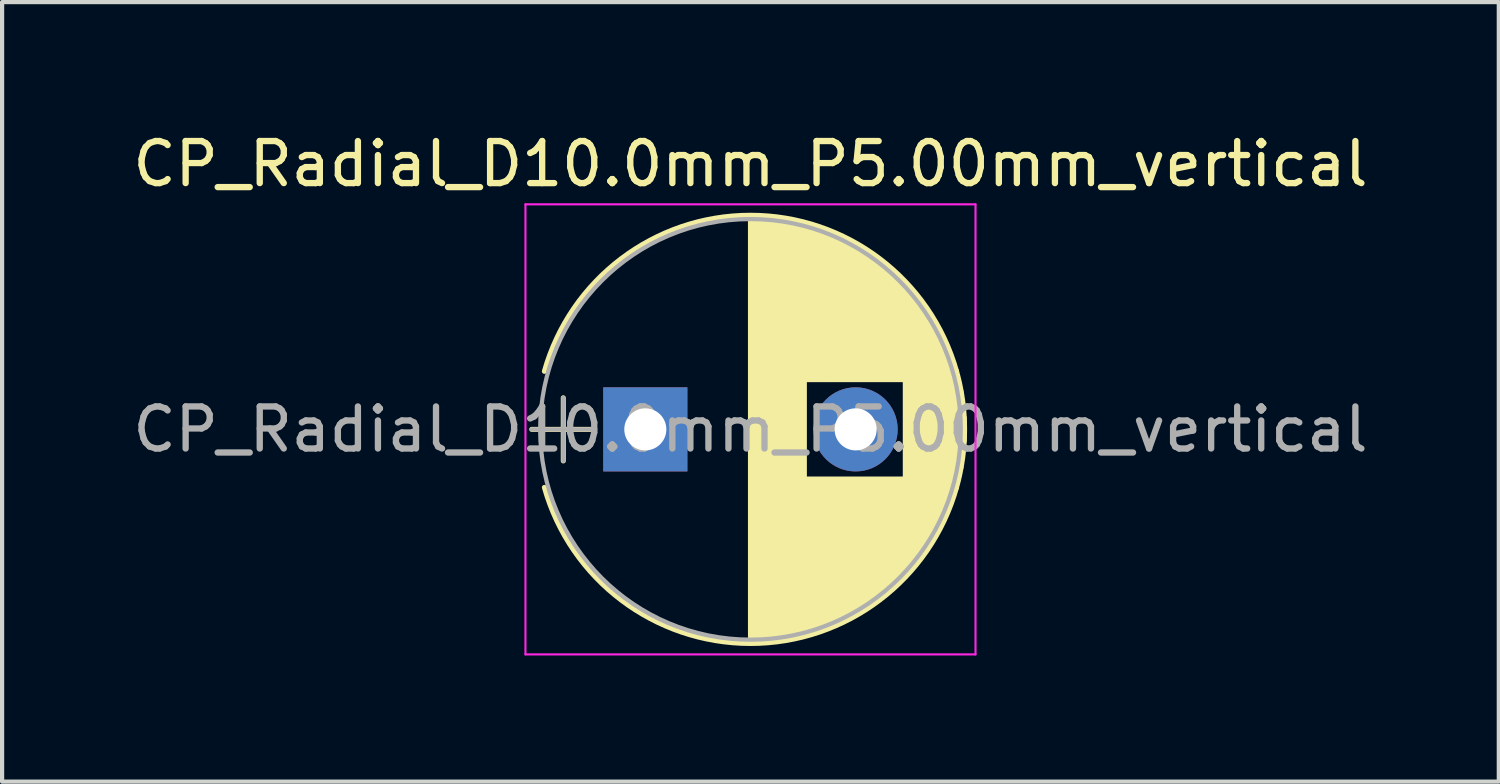
<source format=kicad_pcb>
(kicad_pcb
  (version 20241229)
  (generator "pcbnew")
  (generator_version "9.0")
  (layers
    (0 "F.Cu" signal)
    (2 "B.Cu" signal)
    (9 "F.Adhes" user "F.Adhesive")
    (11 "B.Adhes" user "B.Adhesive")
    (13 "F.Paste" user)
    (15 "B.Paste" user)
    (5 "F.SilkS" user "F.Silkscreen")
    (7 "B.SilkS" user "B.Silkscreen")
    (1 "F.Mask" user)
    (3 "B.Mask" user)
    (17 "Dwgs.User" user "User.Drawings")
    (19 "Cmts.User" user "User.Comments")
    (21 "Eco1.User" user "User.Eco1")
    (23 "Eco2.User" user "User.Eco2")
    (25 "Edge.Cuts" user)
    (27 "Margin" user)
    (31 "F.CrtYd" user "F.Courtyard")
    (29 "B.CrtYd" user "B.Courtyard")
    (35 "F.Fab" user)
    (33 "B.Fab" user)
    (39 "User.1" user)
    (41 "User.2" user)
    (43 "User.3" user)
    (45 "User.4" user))
  (footprint "CP_Radial_D10.0mm_P5.00mm_vertical"
    (layer "F.Cu")
    (at 12.292 7.158)
    (property "Reference" "CP_Radial_D10.0mm_P5.00mm_vertical" (at 2.5 -6.31 0) (layer "F.SilkS") (effects (font (size 1 1) (thickness 0.15))))
    (attr through_hole)
    (fp_line (start -2.7 0) (end -1.2 0) (stroke (width 0.12) (type solid)) (layer "F.SilkS"))
    (fp_line (start -1.95 -0.75) (end -1.95 0.75) (stroke (width 0.12) (type solid)) (layer "F.SilkS"))
    (fp_line (start 2.5 -5.05) (end 2.5 5.05) (stroke (width 0.12) (type solid)) (layer "F.SilkS"))
    (fp_line (start 2.54 -5.05) (end 2.54 5.05) (stroke (width 0.12) (type solid)) (layer "F.SilkS"))
    (fp_line (start 2.58 -5.05) (end 2.58 5.05) (stroke (width 0.12) (type solid)) (layer "F.SilkS"))
    (fp_line (start 2.62 -5.049) (end 2.62 5.049) (stroke (width 0.12) (type solid)) (layer "F.SilkS"))
    (fp_line (start 2.66 -5.048) (end 2.66 5.048) (stroke (width 0.12) (type solid)) (layer "F.SilkS"))
    (fp_line (start 2.7 -5.047) (end 2.7 5.047) (stroke (width 0.12) (type solid)) (layer "F.SilkS"))
    (fp_line (start 2.74 -5.045) (end 2.74 5.045) (stroke (width 0.12) (type solid)) (layer "F.SilkS"))
    (fp_line (start 2.78 -5.043) (end 2.78 5.043) (stroke (width 0.12) (type solid)) (layer "F.SilkS"))
    (fp_line (start 2.82 -5.04) (end 2.82 5.04) (stroke (width 0.12) (type solid)) (layer "F.SilkS"))
    (fp_line (start 2.86 -5.038) (end 2.86 5.038) (stroke (width 0.12) (type solid)) (layer "F.SilkS"))
    (fp_line (start 2.9 -5.035) (end 2.9 5.035) (stroke (width 0.12) (type solid)) (layer "F.SilkS"))
    (fp_line (start 2.94 -5.031) (end 2.94 5.031) (stroke (width 0.12) (type solid)) (layer "F.SilkS"))
    (fp_line (start 2.98 -5.028) (end 2.98 5.028) (stroke (width 0.12) (type solid)) (layer "F.SilkS"))
    (fp_line (start 3.02 -5.024) (end 3.02 5.024) (stroke (width 0.12) (type solid)) (layer "F.SilkS"))
    (fp_line (start 3.06 -5.02) (end 3.06 5.02) (stroke (width 0.12) (type solid)) (layer "F.SilkS"))
    (fp_line (start 3.1 -5.015) (end 3.1 5.015) (stroke (width 0.12) (type solid)) (layer "F.SilkS"))
    (fp_line (start 3.14 -5.01) (end 3.14 5.01) (stroke (width 0.12) (type solid)) (layer "F.SilkS"))
    (fp_line (start 3.18 -5.005) (end 3.18 5.005) (stroke (width 0.12) (type solid)) (layer "F.SilkS"))
    (fp_line (start 3.221 -4.999) (end 3.221 4.999) (stroke (width 0.12) (type solid)) (layer "F.SilkS"))
    (fp_line (start 3.261 -4.993) (end 3.261 4.993) (stroke (width 0.12) (type solid)) (layer "F.SilkS"))
    (fp_line (start 3.301 -4.987) (end 3.301 4.987) (stroke (width 0.12) (type solid)) (layer "F.SilkS"))
    (fp_line (start 3.341 -4.981) (end 3.341 4.981) (stroke (width 0.12) (type solid)) (layer "F.SilkS"))
    (fp_line (start 3.381 -4.974) (end 3.381 4.974) (stroke (width 0.12) (type solid)) (layer "F.SilkS"))
    (fp_line (start 3.421 -4.967) (end 3.421 4.967) (stroke (width 0.12) (type solid)) (layer "F.SilkS"))
    (fp_line (start 3.461 -4.959) (end 3.461 4.959) (stroke (width 0.12) (type solid)) (layer "F.SilkS"))
    (fp_line (start 3.501 -4.951) (end 3.501 4.951) (stroke (width 0.12) (type solid)) (layer "F.SilkS"))
    (fp_line (start 3.541 -4.943) (end 3.541 4.943) (stroke (width 0.12) (type solid)) (layer "F.SilkS"))
    (fp_line (start 3.581 -4.935) (end 3.581 4.935) (stroke (width 0.12) (type solid)) (layer "F.SilkS"))
    (fp_line (start 3.621 -4.926) (end 3.621 4.926) (stroke (width 0.12) (type solid)) (layer "F.SilkS"))
    (fp_line (start 3.661 -4.917) (end 3.661 4.917) (stroke (width 0.12) (type solid)) (layer "F.SilkS"))
    (fp_line (start 3.701 -4.907) (end 3.701 4.907) (stroke (width 0.12) (type solid)) (layer "F.SilkS"))
    (fp_line (start 3.741 -4.897) (end 3.741 4.897) (stroke (width 0.12) (type solid)) (layer "F.SilkS"))
    (fp_line (start 3.781 -4.887) (end 3.781 4.887) (stroke (width 0.12) (type solid)) (layer "F.SilkS"))
    (fp_line (start 3.821 -4.876) (end 3.821 -1.181) (stroke (width 0.12) (type solid)) (layer "F.SilkS"))
    (fp_line (start 3.821 1.181) (end 3.821 4.876) (stroke (width 0.12) (type solid)) (layer "F.SilkS"))
    (fp_line (start 3.861 -4.865) (end 3.861 -1.181) (stroke (width 0.12) (type solid)) (layer "F.SilkS"))
    (fp_line (start 3.861 1.181) (end 3.861 4.865) (stroke (width 0.12) (type solid)) (layer "F.SilkS"))
    (fp_line (start 3.901 -4.854) (end 3.901 -1.181) (stroke (width 0.12) (type solid)) (layer "F.SilkS"))
    (fp_line (start 3.901 1.181) (end 3.901 4.854) (stroke (width 0.12) (type solid)) (layer "F.SilkS"))
    (fp_line (start 3.941 -4.843) (end 3.941 -1.181) (stroke (width 0.12) (type solid)) (layer "F.SilkS"))
    (fp_line (start 3.941 1.181) (end 3.941 4.843) (stroke (width 0.12) (type solid)) (layer "F.SilkS"))
    (fp_line (start 3.981 -4.831) (end 3.981 -1.181) (stroke (width 0.12) (type solid)) (layer "F.SilkS"))
    (fp_line (start 3.981 1.181) (end 3.981 4.831) (stroke (width 0.12) (type solid)) (layer "F.SilkS"))
    (fp_line (start 4.021 -4.818) (end 4.021 -1.181) (stroke (width 0.12) (type solid)) (layer "F.SilkS"))
    (fp_line (start 4.021 1.181) (end 4.021 4.818) (stroke (width 0.12) (type solid)) (layer "F.SilkS"))
    (fp_line (start 4.061 -4.806) (end 4.061 -1.181) (stroke (width 0.12) (type solid)) (layer "F.SilkS"))
    (fp_line (start 4.061 1.181) (end 4.061 4.806) (stroke (width 0.12) (type solid)) (layer "F.SilkS"))
    (fp_line (start 4.101 -4.792) (end 4.101 -1.181) (stroke (width 0.12) (type solid)) (layer "F.SilkS"))
    (fp_line (start 4.101 1.181) (end 4.101 4.792) (stroke (width 0.12) (type solid)) (layer "F.SilkS"))
    (fp_line (start 4.141 -4.779) (end 4.141 -1.181) (stroke (width 0.12) (type solid)) (layer "F.SilkS"))
    (fp_line (start 4.141 1.181) (end 4.141 4.779) (stroke (width 0.12) (type solid)) (layer "F.SilkS"))
    (fp_line (start 4.181 -4.765) (end 4.181 -1.181) (stroke (width 0.12) (type solid)) (layer "F.SilkS"))
    (fp_line (start 4.181 1.181) (end 4.181 4.765) (stroke (width 0.12) (type solid)) (layer "F.SilkS"))
    (fp_line (start 4.221 -4.751) (end 4.221 -1.181) (stroke (width 0.12) (type solid)) (layer "F.SilkS"))
    (fp_line (start 4.221 1.181) (end 4.221 4.751) (stroke (width 0.12) (type solid)) (layer "F.SilkS"))
    (fp_line (start 4.261 -4.737) (end 4.261 -1.181) (stroke (width 0.12) (type solid)) (layer "F.SilkS"))
    (fp_line (start 4.261 1.181) (end 4.261 4.737) (stroke (width 0.12) (type solid)) (layer "F.SilkS"))
    (fp_line (start 4.301 -4.722) (end 4.301 -1.181) (stroke (width 0.12) (type solid)) (layer "F.SilkS"))
    (fp_line (start 4.301 1.181) (end 4.301 4.722) (stroke (width 0.12) (type solid)) (layer "F.SilkS"))
    (fp_line (start 4.341 -4.706) (end 4.341 -1.181) (stroke (width 0.12) (type solid)) (layer "F.SilkS"))
    (fp_line (start 4.341 1.181) (end 4.341 4.706) (stroke (width 0.12) (type solid)) (layer "F.SilkS"))
    (fp_line (start 4.381 -4.691) (end 4.381 -1.181) (stroke (width 0.12) (type solid)) (layer "F.SilkS"))
    (fp_line (start 4.381 1.181) (end 4.381 4.691) (stroke (width 0.12) (type solid)) (layer "F.SilkS"))
    (fp_line (start 4.421 -4.674) (end 4.421 -1.181) (stroke (width 0.12) (type solid)) (layer "F.SilkS"))
    (fp_line (start 4.421 1.181) (end 4.421 4.674) (stroke (width 0.12) (type solid)) (layer "F.SilkS"))
    (fp_line (start 4.461 -4.658) (end 4.461 -1.181) (stroke (width 0.12) (type solid)) (layer "F.SilkS"))
    (fp_line (start 4.461 1.181) (end 4.461 4.658) (stroke (width 0.12) (type solid)) (layer "F.SilkS"))
    (fp_line (start 4.501 -4.641) (end 4.501 -1.181) (stroke (width 0.12) (type solid)) (layer "F.SilkS"))
    (fp_line (start 4.501 1.181) (end 4.501 4.641) (stroke (width 0.12) (type solid)) (layer "F.SilkS"))
    (fp_line (start 4.541 -4.624) (end 4.541 -1.181) (stroke (width 0.12) (type solid)) (layer "F.SilkS"))
    (fp_line (start 4.541 1.181) (end 4.541 4.624) (stroke (width 0.12) (type solid)) (layer "F.SilkS"))
    (fp_line (start 4.581 -4.606) (end 4.581 -1.181) (stroke (width 0.12) (type solid)) (layer "F.SilkS"))
    (fp_line (start 4.581 1.181) (end 4.581 4.606) (stroke (width 0.12) (type solid)) (layer "F.SilkS"))
    (fp_line (start 4.621 -4.588) (end 4.621 -1.181) (stroke (width 0.12) (type solid)) (layer "F.SilkS"))
    (fp_line (start 4.621 1.181) (end 4.621 4.588) (stroke (width 0.12) (type solid)) (layer "F.SilkS"))
    (fp_line (start 4.661 -4.569) (end 4.661 -1.181) (stroke (width 0.12) (type solid)) (layer "F.SilkS"))
    (fp_line (start 4.661 1.181) (end 4.661 4.569) (stroke (width 0.12) (type solid)) (layer "F.SilkS"))
    (fp_line (start 4.701 -4.55) (end 4.701 -1.181) (stroke (width 0.12) (type solid)) (layer "F.SilkS"))
    (fp_line (start 4.701 1.181) (end 4.701 4.55) (stroke (width 0.12) (type solid)) (layer "F.SilkS"))
    (fp_line (start 4.741 -4.531) (end 4.741 -1.181) (stroke (width 0.12) (type solid)) (layer "F.SilkS"))
    (fp_line (start 4.741 1.181) (end 4.741 4.531) (stroke (width 0.12) (type solid)) (layer "F.SilkS"))
    (fp_line (start 4.781 -4.511) (end 4.781 -1.181) (stroke (width 0.12) (type solid)) (layer "F.SilkS"))
    (fp_line (start 4.781 1.181) (end 4.781 4.511) (stroke (width 0.12) (type solid)) (layer "F.SilkS"))
    (fp_line (start 4.821 -4.491) (end 4.821 -1.181) (stroke (width 0.12) (type solid)) (layer "F.SilkS"))
    (fp_line (start 4.821 1.181) (end 4.821 4.491) (stroke (width 0.12) (type solid)) (layer "F.SilkS"))
    (fp_line (start 4.861 -4.47) (end 4.861 -1.181) (stroke (width 0.12) (type solid)) (layer "F.SilkS"))
    (fp_line (start 4.861 1.181) (end 4.861 4.47) (stroke (width 0.12) (type solid)) (layer "F.SilkS"))
    (fp_line (start 4.901 -4.449) (end 4.901 -1.181) (stroke (width 0.12) (type solid)) (layer "F.SilkS"))
    (fp_line (start 4.901 1.181) (end 4.901 4.449) (stroke (width 0.12) (type solid)) (layer "F.SilkS"))
    (fp_line (start 4.941 -4.428) (end 4.941 -1.181) (stroke (width 0.12) (type solid)) (layer "F.SilkS"))
    (fp_line (start 4.941 1.181) (end 4.941 4.428) (stroke (width 0.12) (type solid)) (layer "F.SilkS"))
    (fp_line (start 4.981 -4.405) (end 4.981 -1.181) (stroke (width 0.12) (type solid)) (layer "F.SilkS"))
    (fp_line (start 4.981 1.181) (end 4.981 4.405) (stroke (width 0.12) (type solid)) (layer "F.SilkS"))
    (fp_line (start 5.021 -4.383) (end 5.021 -1.181) (stroke (width 0.12) (type solid)) (layer "F.SilkS"))
    (fp_line (start 5.021 1.181) (end 5.021 4.383) (stroke (width 0.12) (type solid)) (layer "F.SilkS"))
    (fp_line (start 5.061 -4.36) (end 5.061 -1.181) (stroke (width 0.12) (type solid)) (layer "F.SilkS"))
    (fp_line (start 5.061 1.181) (end 5.061 4.36) (stroke (width 0.12) (type solid)) (layer "F.SilkS"))
    (fp_line (start 5.101 -4.336) (end 5.101 -1.181) (stroke (width 0.12) (type solid)) (layer "F.SilkS"))
    (fp_line (start 5.101 1.181) (end 5.101 4.336) (stroke (width 0.12) (type solid)) (layer "F.SilkS"))
    (fp_line (start 5.141 -4.312) (end 5.141 -1.181) (stroke (width 0.12) (type solid)) (layer "F.SilkS"))
    (fp_line (start 5.141 1.181) (end 5.141 4.312) (stroke (width 0.12) (type solid)) (layer "F.SilkS"))
    (fp_line (start 5.181 -4.288) (end 5.181 -1.181) (stroke (width 0.12) (type solid)) (layer "F.SilkS"))
    (fp_line (start 5.181 1.181) (end 5.181 4.288) (stroke (width 0.12) (type solid)) (layer "F.SilkS"))
    (fp_line (start 5.221 -4.263) (end 5.221 -1.181) (stroke (width 0.12) (type solid)) (layer "F.SilkS"))
    (fp_line (start 5.221 1.181) (end 5.221 4.263) (stroke (width 0.12) (type solid)) (layer "F.SilkS"))
    (fp_line (start 5.261 -4.237) (end 5.261 -1.181) (stroke (width 0.12) (type solid)) (layer "F.SilkS"))
    (fp_line (start 5.261 1.181) (end 5.261 4.237) (stroke (width 0.12) (type solid)) (layer "F.SilkS"))
    (fp_line (start 5.301 -4.211) (end 5.301 -1.181) (stroke (width 0.12) (type solid)) (layer "F.SilkS"))
    (fp_line (start 5.301 1.181) (end 5.301 4.211) (stroke (width 0.12) (type solid)) (layer "F.SilkS"))
    (fp_line (start 5.341 -4.185) (end 5.341 -1.181) (stroke (width 0.12) (type solid)) (layer "F.SilkS"))
    (fp_line (start 5.341 1.181) (end 5.341 4.185) (stroke (width 0.12) (type solid)) (layer "F.SilkS"))
    (fp_line (start 5.381 -4.157) (end 5.381 -1.181) (stroke (width 0.12) (type solid)) (layer "F.SilkS"))
    (fp_line (start 5.381 1.181) (end 5.381 4.157) (stroke (width 0.12) (type solid)) (layer "F.SilkS"))
    (fp_line (start 5.421 -4.13) (end 5.421 -1.181) (stroke (width 0.12) (type solid)) (layer "F.SilkS"))
    (fp_line (start 5.421 1.181) (end 5.421 4.13) (stroke (width 0.12) (type solid)) (layer "F.SilkS"))
    (fp_line (start 5.461 -4.101) (end 5.461 -1.181) (stroke (width 0.12) (type solid)) (layer "F.SilkS"))
    (fp_line (start 5.461 1.181) (end 5.461 4.101) (stroke (width 0.12) (type solid)) (layer "F.SilkS"))
    (fp_line (start 5.501 -4.072) (end 5.501 -1.181) (stroke (width 0.12) (type solid)) (layer "F.SilkS"))
    (fp_line (start 5.501 1.181) (end 5.501 4.072) (stroke (width 0.12) (type solid)) (layer "F.SilkS"))
    (fp_line (start 5.541 -4.043) (end 5.541 -1.181) (stroke (width 0.12) (type solid)) (layer "F.SilkS"))
    (fp_line (start 5.541 1.181) (end 5.541 4.043) (stroke (width 0.12) (type solid)) (layer "F.SilkS"))
    (fp_line (start 5.581 -4.013) (end 5.581 -1.181) (stroke (width 0.12) (type solid)) (layer "F.SilkS"))
    (fp_line (start 5.581 1.181) (end 5.581 4.013) (stroke (width 0.12) (type solid)) (layer "F.SilkS"))
    (fp_line (start 5.621 -3.982) (end 5.621 -1.181) (stroke (width 0.12) (type solid)) (layer "F.SilkS"))
    (fp_line (start 5.621 1.181) (end 5.621 3.982) (stroke (width 0.12) (type solid)) (layer "F.SilkS"))
    (fp_line (start 5.661 -3.951) (end 5.661 -1.181) (stroke (width 0.12) (type solid)) (layer "F.SilkS"))
    (fp_line (start 5.661 1.181) (end 5.661 3.951) (stroke (width 0.12) (type solid)) (layer "F.SilkS"))
    (fp_line (start 5.701 -3.919) (end 5.701 -1.181) (stroke (width 0.12) (type solid)) (layer "F.SilkS"))
    (fp_line (start 5.701 1.181) (end 5.701 3.919) (stroke (width 0.12) (type solid)) (layer "F.SilkS"))
    (fp_line (start 5.741 -3.886) (end 5.741 -1.181) (stroke (width 0.12) (type solid)) (layer "F.SilkS"))
    (fp_line (start 5.741 1.181) (end 5.741 3.886) (stroke (width 0.12) (type solid)) (layer "F.SilkS"))
    (fp_line (start 5.781 -3.853) (end 5.781 -1.181) (stroke (width 0.12) (type solid)) (layer "F.SilkS"))
    (fp_line (start 5.781 1.181) (end 5.781 3.853) (stroke (width 0.12) (type solid)) (layer "F.SilkS"))
    (fp_line (start 5.821 -3.819) (end 5.821 -1.181) (stroke (width 0.12) (type solid)) (layer "F.SilkS"))
    (fp_line (start 5.821 1.181) (end 5.821 3.819) (stroke (width 0.12) (type solid)) (layer "F.SilkS"))
    (fp_line (start 5.861 -3.784) (end 5.861 -1.181) (stroke (width 0.12) (type solid)) (layer "F.SilkS"))
    (fp_line (start 5.861 1.181) (end 5.861 3.784) (stroke (width 0.12) (type solid)) (layer "F.SilkS"))
    (fp_line (start 5.901 -3.748) (end 5.901 -1.181) (stroke (width 0.12) (type solid)) (layer "F.SilkS"))
    (fp_line (start 5.901 1.181) (end 5.901 3.748) (stroke (width 0.12) (type solid)) (layer "F.SilkS"))
    (fp_line (start 5.941 -3.712) (end 5.941 -1.181) (stroke (width 0.12) (type solid)) (layer "F.SilkS"))
    (fp_line (start 5.941 1.181) (end 5.941 3.712) (stroke (width 0.12) (type solid)) (layer "F.SilkS"))
    (fp_line (start 5.981 -3.675) (end 5.981 -1.181) (stroke (width 0.12) (type solid)) (layer "F.SilkS"))
    (fp_line (start 5.981 1.181) (end 5.981 3.675) (stroke (width 0.12) (type solid)) (layer "F.SilkS"))
    (fp_line (start 6.021 -3.637) (end 6.021 -1.181) (stroke (width 0.12) (type solid)) (layer "F.SilkS"))
    (fp_line (start 6.021 1.181) (end 6.021 3.637) (stroke (width 0.12) (type solid)) (layer "F.SilkS"))
    (fp_line (start 6.061 -3.598) (end 6.061 -1.181) (stroke (width 0.12) (type solid)) (layer "F.SilkS"))
    (fp_line (start 6.061 1.181) (end 6.061 3.598) (stroke (width 0.12) (type solid)) (layer "F.SilkS"))
    (fp_line (start 6.101 -3.559) (end 6.101 -1.181) (stroke (width 0.12) (type solid)) (layer "F.SilkS"))
    (fp_line (start 6.101 1.181) (end 6.101 3.559) (stroke (width 0.12) (type solid)) (layer "F.SilkS"))
    (fp_line (start 6.141 -3.518) (end 6.141 -1.181) (stroke (width 0.12) (type solid)) (layer "F.SilkS"))
    (fp_line (start 6.141 1.181) (end 6.141 3.518) (stroke (width 0.12) (type solid)) (layer "F.SilkS"))
    (fp_line (start 6.181 -3.477) (end 6.181 3.477) (stroke (width 0.12) (type solid)) (layer "F.SilkS"))
    (fp_line (start 6.221 -3.435) (end 6.221 3.435) (stroke (width 0.12) (type solid)) (layer "F.SilkS"))
    (fp_line (start 6.261 -3.391) (end 6.261 3.391) (stroke (width 0.12) (type solid)) (layer "F.SilkS"))
    (fp_line (start 6.301 -3.347) (end 6.301 3.347) (stroke (width 0.12) (type solid)) (layer "F.SilkS"))
    (fp_line (start 6.341 -3.302) (end 6.341 3.302) (stroke (width 0.12) (type solid)) (layer "F.SilkS"))
    (fp_line (start 6.381 -3.255) (end 6.381 3.255) (stroke (width 0.12) (type solid)) (layer "F.SilkS"))
    (fp_line (start 6.421 -3.207) (end 6.421 3.207) (stroke (width 0.12) (type solid)) (layer "F.SilkS"))
    (fp_line (start 6.461 -3.158) (end 6.461 3.158) (stroke (width 0.12) (type solid)) (layer "F.SilkS"))
    (fp_line (start 6.501 -3.108) (end 6.501 3.108) (stroke (width 0.12) (type solid)) (layer "F.SilkS"))
    (fp_line (start 6.541 -3.057) (end 6.541 3.057) (stroke (width 0.12) (type solid)) (layer "F.SilkS"))
    (fp_line (start 6.581 -3.004) (end 6.581 3.004) (stroke (width 0.12) (type solid)) (layer "F.SilkS"))
    (fp_line (start 6.621 -2.949) (end 6.621 2.949) (stroke (width 0.12) (type solid)) (layer "F.SilkS"))
    (fp_line (start 6.661 -2.894) (end 6.661 2.894) (stroke (width 0.12) (type solid)) (layer "F.SilkS"))
    (fp_line (start 6.701 -2.836) (end 6.701 2.836) (stroke (width 0.12) (type solid)) (layer "F.SilkS"))
    (fp_line (start 6.741 -2.777) (end 6.741 2.777) (stroke (width 0.12) (type solid)) (layer "F.SilkS"))
    (fp_line (start 6.781 -2.715) (end 6.781 2.715) (stroke (width 0.12) (type solid)) (layer "F.SilkS"))
    (fp_line (start 6.821 -2.652) (end 6.821 2.652) (stroke (width 0.12) (type solid)) (layer "F.SilkS"))
    (fp_line (start 6.861 -2.587) (end 6.861 2.587) (stroke (width 0.12) (type solid)) (layer "F.SilkS"))
    (fp_line (start 6.901 -2.519) (end 6.901 2.519) (stroke (width 0.12) (type solid)) (layer "F.SilkS"))
    (fp_line (start 6.941 -2.449) (end 6.941 2.449) (stroke (width 0.12) (type solid)) (layer "F.SilkS"))
    (fp_line (start 6.981 -2.377) (end 6.981 2.377) (stroke (width 0.12) (type solid)) (layer "F.SilkS"))
    (fp_line (start 7.021 -2.301) (end 7.021 2.301) (stroke (width 0.12) (type solid)) (layer "F.SilkS"))
    (fp_line (start 7.061 -2.222) (end 7.061 2.222) (stroke (width 0.12) (type solid)) (layer "F.SilkS"))
    (fp_line (start 7.101 -2.14) (end 7.101 2.14) (stroke (width 0.12) (type solid)) (layer "F.SilkS"))
    (fp_line (start 7.141 -2.053) (end 7.141 2.053) (stroke (width 0.12) (type solid)) (layer "F.SilkS"))
    (fp_line (start 7.181 -1.962) (end 7.181 1.962) (stroke (width 0.12) (type solid)) (layer "F.SilkS"))
    (fp_line (start 7.221 -1.866) (end 7.221 1.866) (stroke (width 0.12) (type solid)) (layer "F.SilkS"))
    (fp_line (start 7.261 -1.763) (end 7.261 1.763) (stroke (width 0.12) (type solid)) (layer "F.SilkS"))
    (fp_line (start 7.301 -1.654) (end 7.301 1.654) (stroke (width 0.12) (type solid)) (layer "F.SilkS"))
    (fp_line (start 7.341 -1.536) (end 7.341 1.536) (stroke (width 0.12) (type solid)) (layer "F.SilkS"))
    (fp_line (start 7.381 -1.407) (end 7.381 1.407) (stroke (width 0.12) (type solid)) (layer "F.SilkS"))
    (fp_line (start 7.421 -1.265) (end 7.421 1.265) (stroke (width 0.12) (type solid)) (layer "F.SilkS"))
    (fp_line (start 7.461 -1.104) (end 7.461 1.104) (stroke (width 0.12) (type solid)) (layer "F.SilkS"))
    (fp_line (start 7.501 -0.913) (end 7.501 0.913) (stroke (width 0.12) (type solid)) (layer "F.SilkS"))
    (fp_line (start 7.541 -0.672) (end 7.541 0.672) (stroke (width 0.12) (type solid)) (layer "F.SilkS"))
    (fp_line (start 7.581 -0.279) (end 7.581 0.279) (stroke (width 0.12) (type solid)) (layer "F.SilkS"))
    (fp_arc (start -2.399357 -1.38) (mid 2.498304 -5.09) (end 7.398437 -1.383264) (stroke (width 0.12) (type solid)) (layer "F.SilkS"))
    (fp_arc (start 7.398437 1.383264) (mid 2.498304 5.09) (end -2.399357 1.38) (stroke (width 0.12) (type solid)) (layer "F.SilkS"))
    (fp_arc (start 7.399357 -1.38) (mid 7.59 0.001696) (end 7.398437 1.383264) (stroke (width 0.12) (type solid)) (layer "F.SilkS"))
    (fp_line (start -2.85 -5.35) (end -2.85 5.35) (stroke (width 0.05) (type solid)) (layer "F.CrtYd"))
    (fp_line (start -2.85 5.35) (end 7.85 5.35) (stroke (width 0.05) (type solid)) (layer "F.CrtYd"))
    (fp_line (start 7.85 -5.35) (end -2.85 -5.35) (stroke (width 0.05) (type solid)) (layer "F.CrtYd"))
    (fp_line (start 7.85 5.35) (end 7.85 -5.35) (stroke (width 0.05) (type solid)) (layer "F.CrtYd"))
    (fp_line (start -2.7 0) (end -1.2 0) (stroke (width 0.1) (type solid)) (layer "F.Fab"))
    (fp_line (start -1.95 -0.75) (end -1.95 0.75) (stroke (width 0.1) (type solid)) (layer "F.Fab"))
    (fp_circle (center 2.5 0) (end 7.5 0) (stroke (width 0.1) (type solid)) (fill no) (layer "F.Fab"))
    (fp_text user "${REFERENCE}" (at 2.5 0 0) (layer "F.Fab") (effects (font (size 1 1) (thickness 0.15))))
    (pad "1" thru_hole rect (at 0 0) (size 2 2) (drill 1) (layers "*.Cu" "*.Mask"))
    (pad "2" thru_hole circle (at 5 0) (size 2 2) (drill 1) (layers "*.Cu" "*.Mask")))
  (gr_rect
    (start -3 -3)
    (end 32.583 15.533)
    (stroke (width 0.1) (type default))
    (fill no)
    (layer "Edge.Cuts")))
</source>
